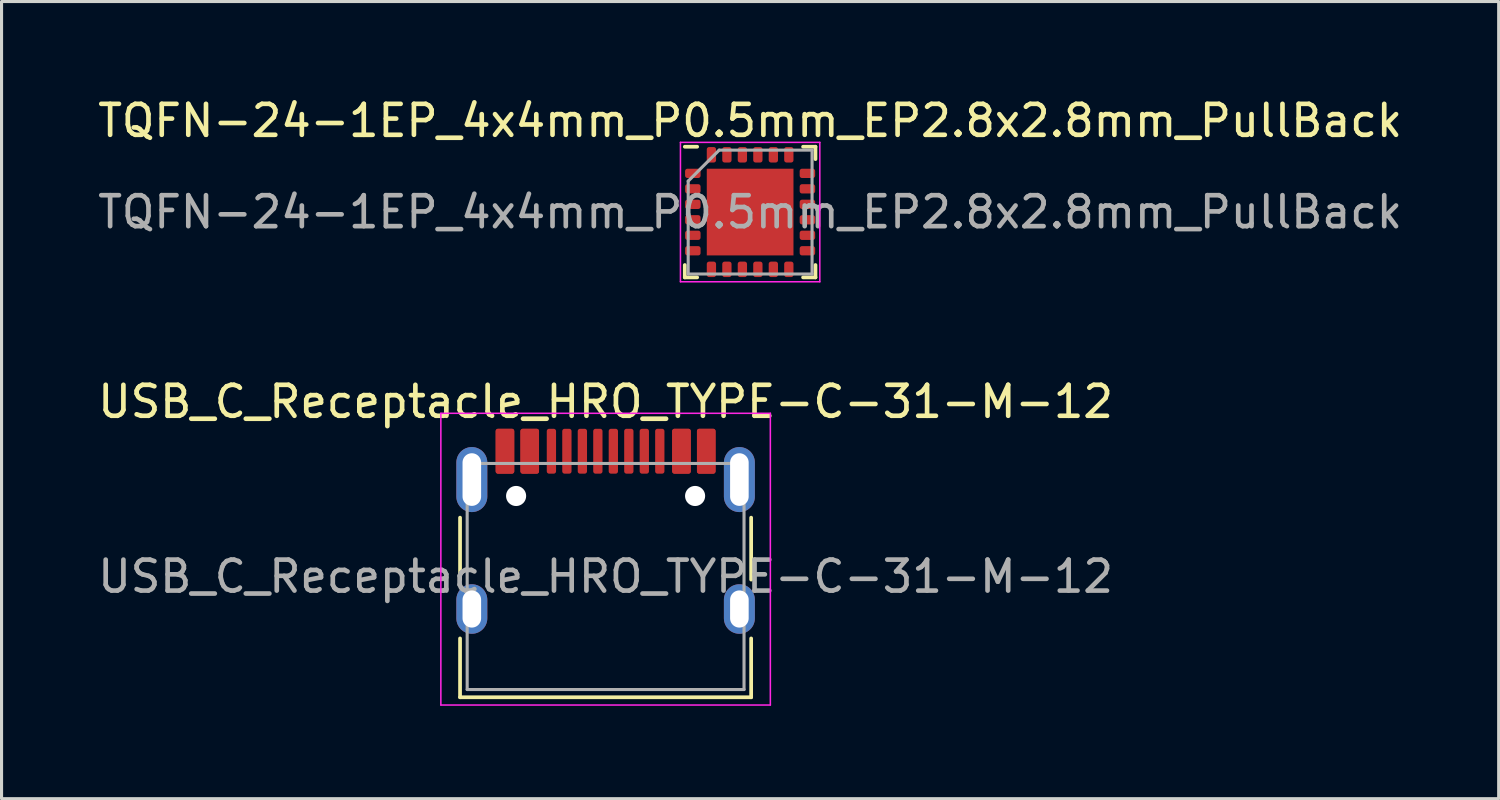
<source format=kicad_pcb>
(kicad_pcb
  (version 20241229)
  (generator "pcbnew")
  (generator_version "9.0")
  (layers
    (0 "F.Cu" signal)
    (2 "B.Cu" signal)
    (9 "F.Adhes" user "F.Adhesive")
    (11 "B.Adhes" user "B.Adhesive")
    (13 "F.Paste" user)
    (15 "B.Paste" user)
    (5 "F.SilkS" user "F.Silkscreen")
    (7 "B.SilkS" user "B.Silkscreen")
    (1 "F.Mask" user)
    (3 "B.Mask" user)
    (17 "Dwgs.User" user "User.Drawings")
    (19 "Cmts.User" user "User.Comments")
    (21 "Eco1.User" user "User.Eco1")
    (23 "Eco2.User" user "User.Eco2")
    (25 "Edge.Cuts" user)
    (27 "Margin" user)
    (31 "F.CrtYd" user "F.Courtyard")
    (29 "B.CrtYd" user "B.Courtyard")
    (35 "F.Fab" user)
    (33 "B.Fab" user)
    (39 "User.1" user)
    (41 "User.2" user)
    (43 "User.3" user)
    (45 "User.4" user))
  (footprint "USB_C_Receptacle_HRO_TYPE-C-31-M-12"
    (layer "F.Cu")
    (at 16.506 15.566)
    (property "Reference" "USB_C_Receptacle_HRO_TYPE-C-31-M-12" (at 0 -5.645 0) (layer "F.SilkS") (effects (font (size 1 1) (thickness 0.15))))
    (attr smd)
    (fp_line (start -4.7 -1.9) (end -4.7 0.1) (stroke (width 0.12) (type solid)) (layer "F.SilkS"))
    (fp_line (start -4.7 2) (end -4.7 3.9) (stroke (width 0.12) (type solid)) (layer "F.SilkS"))
    (fp_line (start -4.7 3.9) (end 4.7 3.9) (stroke (width 0.12) (type solid)) (layer "F.SilkS"))
    (fp_line (start 4.7 -1.9) (end 4.7 0.1) (stroke (width 0.12) (type solid)) (layer "F.SilkS"))
    (fp_line (start 4.7 2) (end 4.7 3.9) (stroke (width 0.12) (type solid)) (layer "F.SilkS"))
    (fp_poly (pts (xy -4.32 -2.08) (xy -5.32 -2.08) (xy -5.32 -4.18) (xy -4.32 -4.18)) (stroke (width 0) (type solid)) (fill yes) (layer "F.Paste"))
    (fp_poly (pts (xy -4.32 1.85) (xy -5.32 1.85) (xy -5.32 0.25) (xy -4.32 0.25)) (stroke (width 0) (type solid)) (fill yes) (layer "F.Paste"))
    (fp_poly (pts (xy 5.32 -2.08) (xy 4.32 -2.08) (xy 4.32 -4.18) (xy 5.32 -4.18)) (stroke (width 0) (type solid)) (fill yes) (layer "F.Paste"))
    (fp_poly (pts (xy 5.32 1.85) (xy 4.32 1.85) (xy 4.32 0.25) (xy 5.32 0.25)) (stroke (width 0) (type solid)) (fill yes) (layer "F.Paste"))
    (fp_line (start -5.32 -5.27) (end -5.32 4.15) (stroke (width 0.05) (type solid)) (layer "F.CrtYd"))
    (fp_line (start -5.32 -5.27) (end 5.32 -5.27) (stroke (width 0.05) (type solid)) (layer "F.CrtYd"))
    (fp_line (start -5.32 4.15) (end 5.32 4.15) (stroke (width 0.05) (type solid)) (layer "F.CrtYd"))
    (fp_line (start 5.32 -5.27) (end 5.32 4.15) (stroke (width 0.05) (type solid)) (layer "F.CrtYd"))
    (fp_line (start -4.47 -3.65) (end -4.47 3.65) (stroke (width 0.1) (type solid)) (layer "F.Fab"))
    (fp_line (start -4.47 -3.65) (end 4.47 -3.65) (stroke (width 0.1) (type solid)) (layer "F.Fab"))
    (fp_line (start -4.47 3.65) (end 4.47 3.65) (stroke (width 0.1) (type solid)) (layer "F.Fab"))
    (fp_line (start 4.47 -3.65) (end 4.47 3.65) (stroke (width 0.1) (type solid)) (layer "F.Fab"))
    (fp_text user "${REFERENCE}" (at 0 0 0) (layer "F.Fab") (effects (font (size 1 1) (thickness 0.15))))
    (pad "" np_thru_hole circle (at -2.89 -2.6) (size 0.65 0.65) (drill 0.65) (layers "*.Cu" "*.Mask"))
    (pad "" np_thru_hole circle (at 2.89 -2.6) (size 0.65 0.65) (drill 0.65) (layers "*.Cu" "*.Mask"))
    (pad "A1" smd roundrect (at -3.25 -4.045) (size 0.6 1.45) (layers "F.Cu" "F.Mask" "F.Paste") (roundrect_rratio 0.125))
    (pad "A4" smd roundrect (at -2.45 -4.045) (size 0.6 1.45) (layers "F.Cu" "F.Mask" "F.Paste") (roundrect_rratio 0.125))
    (pad "A5" smd roundrect (at -1.25 -4.045) (size 0.3 1.45) (layers "F.Cu" "F.Mask" "F.Paste") (roundrect_rratio 0.25))
    (pad "A6" smd roundrect (at -0.25 -4.045) (size 0.3 1.45) (layers "F.Cu" "F.Mask" "F.Paste") (roundrect_rratio 0.25))
    (pad "A7" smd roundrect (at 0.25 -4.045) (size 0.3 1.45) (layers "F.Cu" "F.Mask" "F.Paste") (roundrect_rratio 0.25))
    (pad "A8" smd roundrect (at 1.25 -4.045) (size 0.3 1.45) (layers "F.Cu" "F.Mask" "F.Paste") (roundrect_rratio 0.25))
    (pad "A9" smd roundrect (at 2.45 -4.045) (size 0.6 1.45) (layers "F.Cu" "F.Mask" "F.Paste") (roundrect_rratio 0.125))
    (pad "A12" smd roundrect (at 3.25 -4.045) (size 0.6 1.45) (layers "F.Cu" "F.Mask" "F.Paste") (roundrect_rratio 0.125))
    (pad "B1" smd roundrect (at 3.25 -4.045) (size 0.6 1.45) (layers "F.Cu" "F.Mask" "F.Paste") (roundrect_rratio 0.125))
    (pad "B4" smd roundrect (at 2.45 -4.045) (size 0.6 1.45) (layers "F.Cu" "F.Mask" "F.Paste") (roundrect_rratio 0.125))
    (pad "B5" smd roundrect (at 1.75 -4.045) (size 0.3 1.45) (layers "F.Cu" "F.Mask" "F.Paste") (roundrect_rratio 0.25))
    (pad "B6" smd roundrect (at 0.75 -4.045) (size 0.3 1.45) (layers "F.Cu" "F.Mask" "F.Paste") (roundrect_rratio 0.25))
    (pad "B7" smd roundrect (at -0.75 -4.045) (size 0.3 1.45) (layers "F.Cu" "F.Mask" "F.Paste") (roundrect_rratio 0.25))
    (pad "B8" smd roundrect (at -1.75 -4.045) (size 0.3 1.45) (layers "F.Cu" "F.Mask" "F.Paste") (roundrect_rratio 0.25))
    (pad "B9" smd roundrect (at -2.45 -4.045) (size 0.6 1.45) (layers "F.Cu" "F.Mask" "F.Paste") (roundrect_rratio 0.125))
    (pad "B12" smd roundrect (at -3.25 -4.045) (size 0.6 1.45) (layers "F.Cu" "F.Mask" "F.Paste") (roundrect_rratio 0.125))
    (pad "S1" thru_hole oval (at -4.32 -3.13) (size 1 2.1) (drill oval 0.6 1.7) (layers "*.Cu" "*.Mask" "F.Paste"))
    (pad "S1" thru_hole oval (at -4.32 1.05) (size 1 1.6) (drill oval 0.6 1.2) (layers "*.Cu" "*.Mask" "F.Paste"))
    (pad "S1" thru_hole oval (at 4.32 -3.13) (size 1 2.1) (drill oval 0.6 1.7) (layers "*.Cu" "*.Mask" "F.Paste"))
    (pad "S1" thru_hole oval (at 4.32 1.05) (size 1 1.6) (drill oval 0.6 1.2) (layers "*.Cu" "*.Mask" "F.Paste")))
  (footprint "TQFN-24-1EP_4x4mm_P0.5mm_EP2.8x2.8mm_PullBack"
    (layer "F.Cu")
    (at 21.173 3.798)
    (property "Reference" "TQFN-24-1EP_4x4mm_P0.5mm_EP2.8x2.8mm_PullBack" (at 0 -2.95 0) (layer "F.SilkS") (effects (font (size 1 1) (thickness 0.15))))
    (attr smd)
    (fp_line (start -2.11 2.11) (end -2.11 1.71) (stroke (width 0.12) (type solid)) (layer "F.SilkS"))
    (fp_line (start -1.71 -2.11) (end -2.11 -2.11) (stroke (width 0.12) (type solid)) (layer "F.SilkS"))
    (fp_line (start -1.71 2.11) (end -2.11 2.11) (stroke (width 0.12) (type solid)) (layer "F.SilkS"))
    (fp_line (start 1.71 -2.11) (end 2.11 -2.11) (stroke (width 0.12) (type solid)) (layer "F.SilkS"))
    (fp_line (start 1.71 2.11) (end 2.11 2.11) (stroke (width 0.12) (type solid)) (layer "F.SilkS"))
    (fp_line (start 2.11 -2.11) (end 2.11 -1.71) (stroke (width 0.12) (type solid)) (layer "F.SilkS"))
    (fp_line (start 2.11 2.11) (end 2.11 1.71) (stroke (width 0.12) (type solid)) (layer "F.SilkS"))
    (fp_line (start -2.25 -2.25) (end -2.25 2.25) (stroke (width 0.05) (type solid)) (layer "F.CrtYd"))
    (fp_line (start -2.25 2.25) (end 2.25 2.25) (stroke (width 0.05) (type solid)) (layer "F.CrtYd"))
    (fp_line (start 2.25 -2.25) (end -2.25 -2.25) (stroke (width 0.05) (type solid)) (layer "F.CrtYd"))
    (fp_line (start 2.25 2.25) (end 2.25 -2.25) (stroke (width 0.05) (type solid)) (layer "F.CrtYd"))
    (fp_line (start -2 -1) (end -1 -2) (stroke (width 0.1) (type solid)) (layer "F.Fab"))
    (fp_line (start -2 2) (end -2 -1) (stroke (width 0.1) (type solid)) (layer "F.Fab"))
    (fp_line (start -1 -2) (end 2 -2) (stroke (width 0.1) (type solid)) (layer "F.Fab"))
    (fp_line (start 2 -2) (end 2 2) (stroke (width 0.1) (type solid)) (layer "F.Fab"))
    (fp_line (start 2 2) (end -2 2) (stroke (width 0.1) (type solid)) (layer "F.Fab"))
    (fp_text user "${REFERENCE}" (at 0 0 0) (layer "F.Fab") (effects (font (size 1 1) (thickness 0.15))))
    (pad "" smd roundrect (at -0.7 -0.7) (size 1.13 1.13) (layers "F.Paste") (roundrect_rratio 0.221))
    (pad "" smd roundrect (at -0.7 0.7) (size 1.13 1.13) (layers "F.Paste") (roundrect_rratio 0.221))
    (pad "" smd roundrect (at 0.7 -0.7) (size 1.13 1.13) (layers "F.Paste") (roundrect_rratio 0.221))
    (pad "" smd roundrect (at 0.7 0.7) (size 1.13 1.13) (layers "F.Paste") (roundrect_rratio 0.221))
    (pad "1" smd roundrect (at -1.85 -1.25) (size 0.5 0.3) (layers "F.Cu" "F.Mask" "F.Paste") (roundrect_rratio 0.25))
    (pad "2" smd roundrect (at -1.85 -0.75) (size 0.5 0.3) (layers "F.Cu" "F.Mask" "F.Paste") (roundrect_rratio 0.25))
    (pad "3" smd roundrect (at -1.85 -0.25) (size 0.5 0.3) (layers "F.Cu" "F.Mask" "F.Paste") (roundrect_rratio 0.25))
    (pad "4" smd roundrect (at -1.85 0.25) (size 0.5 0.3) (layers "F.Cu" "F.Mask" "F.Paste") (roundrect_rratio 0.25))
    (pad "5" smd roundrect (at -1.85 0.75) (size 0.5 0.3) (layers "F.Cu" "F.Mask" "F.Paste") (roundrect_rratio 0.25))
    (pad "6" smd roundrect (at -1.85 1.25) (size 0.5 0.3) (layers "F.Cu" "F.Mask" "F.Paste") (roundrect_rratio 0.25))
    (pad "7" smd roundrect (at -1.25 1.85) (size 0.3 0.5) (layers "F.Cu" "F.Mask" "F.Paste") (roundrect_rratio 0.25))
    (pad "8" smd roundrect (at -0.75 1.85) (size 0.3 0.5) (layers "F.Cu" "F.Mask" "F.Paste") (roundrect_rratio 0.25))
    (pad "9" smd roundrect (at -0.25 1.85) (size 0.3 0.5) (layers "F.Cu" "F.Mask" "F.Paste") (roundrect_rratio 0.25))
    (pad "10" smd roundrect (at 0.25 1.85) (size 0.3 0.5) (layers "F.Cu" "F.Mask" "F.Paste") (roundrect_rratio 0.25))
    (pad "11" smd roundrect (at 0.75 1.85) (size 0.3 0.5) (layers "F.Cu" "F.Mask" "F.Paste") (roundrect_rratio 0.25))
    (pad "12" smd roundrect (at 1.25 1.85) (size 0.3 0.5) (layers "F.Cu" "F.Mask" "F.Paste") (roundrect_rratio 0.25))
    (pad "13" smd roundrect (at 1.85 1.25) (size 0.5 0.3) (layers "F.Cu" "F.Mask" "F.Paste") (roundrect_rratio 0.25))
    (pad "14" smd roundrect (at 1.85 0.75) (size 0.5 0.3) (layers "F.Cu" "F.Mask" "F.Paste") (roundrect_rratio 0.25))
    (pad "15" smd roundrect (at 1.85 0.25) (size 0.5 0.3) (layers "F.Cu" "F.Mask" "F.Paste") (roundrect_rratio 0.25))
    (pad "16" smd roundrect (at 1.85 -0.25) (size 0.5 0.3) (layers "F.Cu" "F.Mask" "F.Paste") (roundrect_rratio 0.25))
    (pad "17" smd roundrect (at 1.85 -0.75) (size 0.5 0.3) (layers "F.Cu" "F.Mask" "F.Paste") (roundrect_rratio 0.25))
    (pad "18" smd roundrect (at 1.85 -1.25) (size 0.5 0.3) (layers "F.Cu" "F.Mask" "F.Paste") (roundrect_rratio 0.25))
    (pad "19" smd roundrect (at 1.25 -1.85) (size 0.3 0.5) (layers "F.Cu" "F.Mask" "F.Paste") (roundrect_rratio 0.25))
    (pad "20" smd roundrect (at 0.75 -1.85) (size 0.3 0.5) (layers "F.Cu" "F.Mask" "F.Paste") (roundrect_rratio 0.25))
    (pad "21" smd roundrect (at 0.25 -1.85) (size 0.3 0.5) (layers "F.Cu" "F.Mask" "F.Paste") (roundrect_rratio 0.25))
    (pad "22" smd roundrect (at -0.25 -1.85) (size 0.3 0.5) (layers "F.Cu" "F.Mask" "F.Paste") (roundrect_rratio 0.25))
    (pad "23" smd roundrect (at -0.75 -1.85) (size 0.3 0.5) (layers "F.Cu" "F.Mask" "F.Paste") (roundrect_rratio 0.25))
    (pad "24" smd roundrect (at -1.25 -1.85) (size 0.3 0.5) (layers "F.Cu" "F.Mask" "F.Paste") (roundrect_rratio 0.25))
    (pad "25" smd rect (at 0 0) (size 2.8 2.8) (layers "F.Cu" "F.Mask")))
  (gr_rect
    (start -3 -3)
    (end 45.345 22.741)
    (stroke (width 0.1) (type default))
    (fill no)
    (layer "Edge.Cuts")))
</source>
